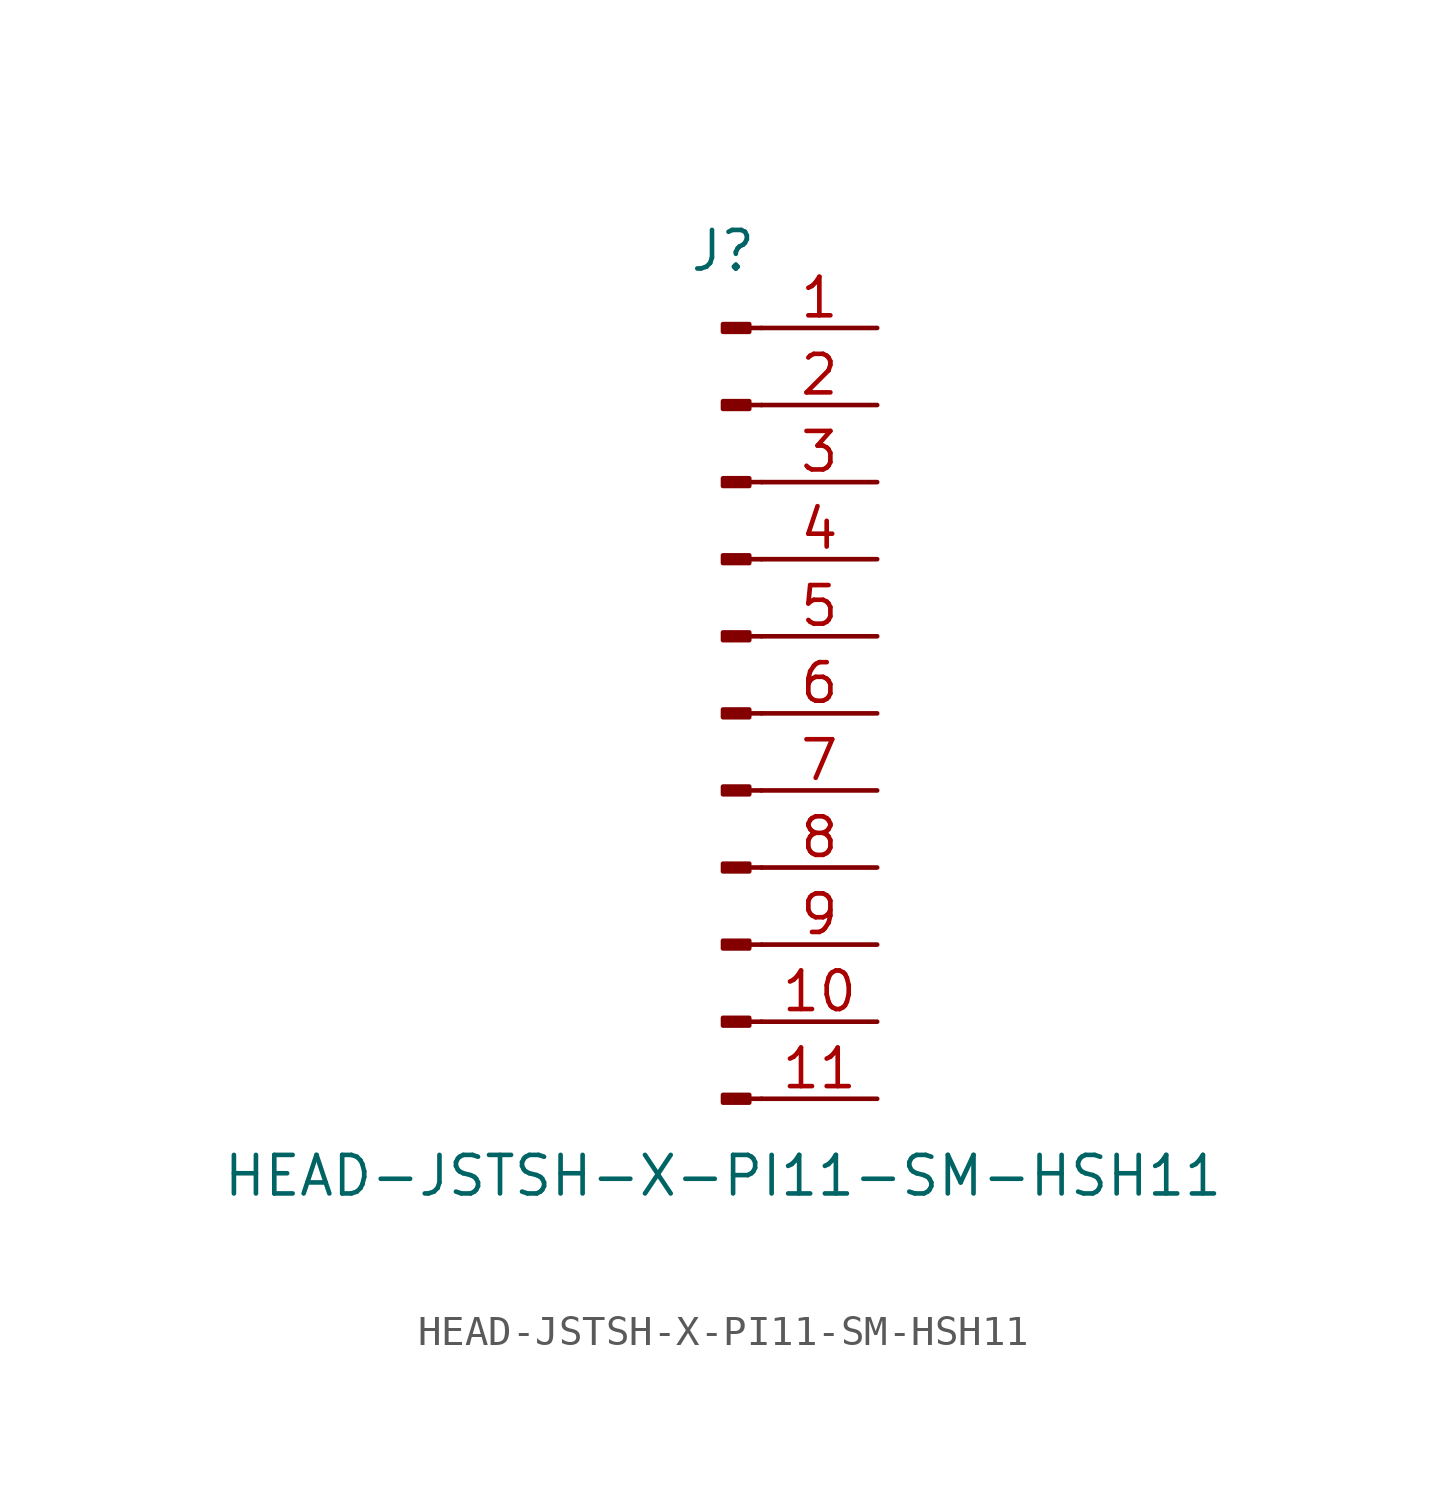
<source format=kicad_sym>
(kicad_symbol_lib
  (version 20211014)
  (generator kicad_symbol_editor)
  (symbol "HEAD-JSTSH-X-PI11-SM-HSH11"
    (pin_names
      (offset 1.016) hide)
    (property "Reference" "J"
      (at 0 15.24 0)
      (effects (font (size 1.27 1.27))))
    (property "Value" "HEAD-JSTSH-X-PI11-SM-HSH11"
      (at 0 -15.24 0)
      (effects (font (size 1.27 1.27))))
    (symbol "HEAD-JSTSH-X-PI11-SM-HSH11_1_1"
      (polyline (pts (xy 1.27 -12.7) (xy 0.864 -12.7)) (stroke (width 0.152) (type default) (color 0 0 0 0)) (fill (type none)))
      (polyline (pts (xy 1.27 -10.16) (xy 0.864 -10.16)) (stroke (width 0.152) (type default) (color 0 0 0 0)) (fill (type none)))
      (polyline (pts (xy 1.27 -7.62) (xy 0.864 -7.62)) (stroke (width 0.152) (type default) (color 0 0 0 0)) (fill (type none)))
      (polyline (pts (xy 1.27 -5.08) (xy 0.864 -5.08)) (stroke (width 0.152) (type default) (color 0 0 0 0)) (fill (type none)))
      (polyline (pts (xy 1.27 -2.54) (xy 0.864 -2.54)) (stroke (width 0.152) (type default) (color 0 0 0 0)) (fill (type none)))
      (polyline (pts (xy 1.27 0) (xy 0.864 0)) (stroke (width 0.152) (type default) (color 0 0 0 0)) (fill (type none)))
      (polyline (pts (xy 1.27 2.54) (xy 0.864 2.54)) (stroke (width 0.152) (type default) (color 0 0 0 0)) (fill (type none)))
      (polyline (pts (xy 1.27 5.08) (xy 0.864 5.08)) (stroke (width 0.152) (type default) (color 0 0 0 0)) (fill (type none)))
      (polyline (pts (xy 1.27 7.62) (xy 0.864 7.62)) (stroke (width 0.152) (type default) (color 0 0 0 0)) (fill (type none)))
      (polyline (pts (xy 1.27 10.16) (xy 0.864 10.16)) (stroke (width 0.152) (type default) (color 0 0 0 0)) (fill (type none)))
      (polyline (pts (xy 1.27 12.7) (xy 0.864 12.7)) (stroke (width 0.152) (type default) (color 0 0 0 0)) (fill (type none)))
      (rectangle (start 0.864 -12.573) (end 0 -12.827) (stroke (width 0.152) (type default) (color 0 0 0 0)) (fill (type outline)))
      (rectangle (start 0.864 -10.033) (end 0 -10.287) (stroke (width 0.152) (type default) (color 0 0 0 0)) (fill (type outline)))
      (rectangle (start 0.864 -7.493) (end 0 -7.747) (stroke (width 0.152) (type default) (color 0 0 0 0)) (fill (type outline)))
      (rectangle (start 0.864 -4.953) (end 0 -5.207) (stroke (width 0.152) (type default) (color 0 0 0 0)) (fill (type outline)))
      (rectangle (start 0.864 -2.413) (end 0 -2.667) (stroke (width 0.152) (type default) (color 0 0 0 0)) (fill (type outline)))
      (rectangle (start 0.864 0.127) (end 0 -0.127) (stroke (width 0.152) (type default) (color 0 0 0 0)) (fill (type outline)))
      (rectangle (start 0.864 2.667) (end 0 2.413) (stroke (width 0.152) (type default) (color 0 0 0 0)) (fill (type outline)))
      (rectangle (start 0.864 5.207) (end 0 4.953) (stroke (width 0.152) (type default) (color 0 0 0 0)) (fill (type outline)))
      (rectangle (start 0.864 7.747) (end 0 7.493) (stroke (width 0.152) (type default) (color 0 0 0 0)) (fill (type outline)))
      (rectangle (start 0.864 10.287) (end 0 10.033) (stroke (width 0.152) (type default) (color 0 0 0 0)) (fill (type outline)))
      (rectangle (start 0.864 12.827) (end 0 12.573) (stroke (width 0.152) (type default) (color 0 0 0 0)) (fill (type outline)))
      (pin passive line (at 5.08 12.7 180) (length 3.81) (name "Pin_1" (effects (font (size 1.27 1.27)))) (number "1" (effects (font (size 1.27 1.27)))))
      (pin passive line (at 5.08 -10.16 180) (length 3.81) (name "Pin_10" (effects (font (size 1.27 1.27)))) (number "10" (effects (font (size 1.27 1.27)))))
      (pin passive line (at 5.08 -12.7 180) (length 3.81) (name "Pin_11" (effects (font (size 1.27 1.27)))) (number "11" (effects (font (size 1.27 1.27)))))
      (pin passive line (at 5.08 10.16 180) (length 3.81) (name "Pin_2" (effects (font (size 1.27 1.27)))) (number "2" (effects (font (size 1.27 1.27)))))
      (pin passive line (at 5.08 7.62 180) (length 3.81) (name "Pin_3" (effects (font (size 1.27 1.27)))) (number "3" (effects (font (size 1.27 1.27)))))
      (pin passive line (at 5.08 5.08 180) (length 3.81) (name "Pin_4" (effects (font (size 1.27 1.27)))) (number "4" (effects (font (size 1.27 1.27)))))
      (pin passive line (at 5.08 2.54 180) (length 3.81) (name "Pin_5" (effects (font (size 1.27 1.27)))) (number "5" (effects (font (size 1.27 1.27)))))
      (pin passive line (at 5.08 0 180) (length 3.81) (name "Pin_6" (effects (font (size 1.27 1.27)))) (number "6" (effects (font (size 1.27 1.27)))))
      (pin passive line (at 5.08 -2.54 180) (length 3.81) (name "Pin_7" (effects (font (size 1.27 1.27)))) (number "7" (effects (font (size 1.27 1.27)))))
      (pin passive line (at 5.08 -5.08 180) (length 3.81) (name "Pin_8" (effects (font (size 1.27 1.27)))) (number "8" (effects (font (size 1.27 1.27)))))
      (pin passive line (at 5.08 -7.62 180) (length 3.81) (name "Pin_9" (effects (font (size 1.27 1.27)))) (number "9" (effects (font (size 1.27 1.27))))))))
</source>
